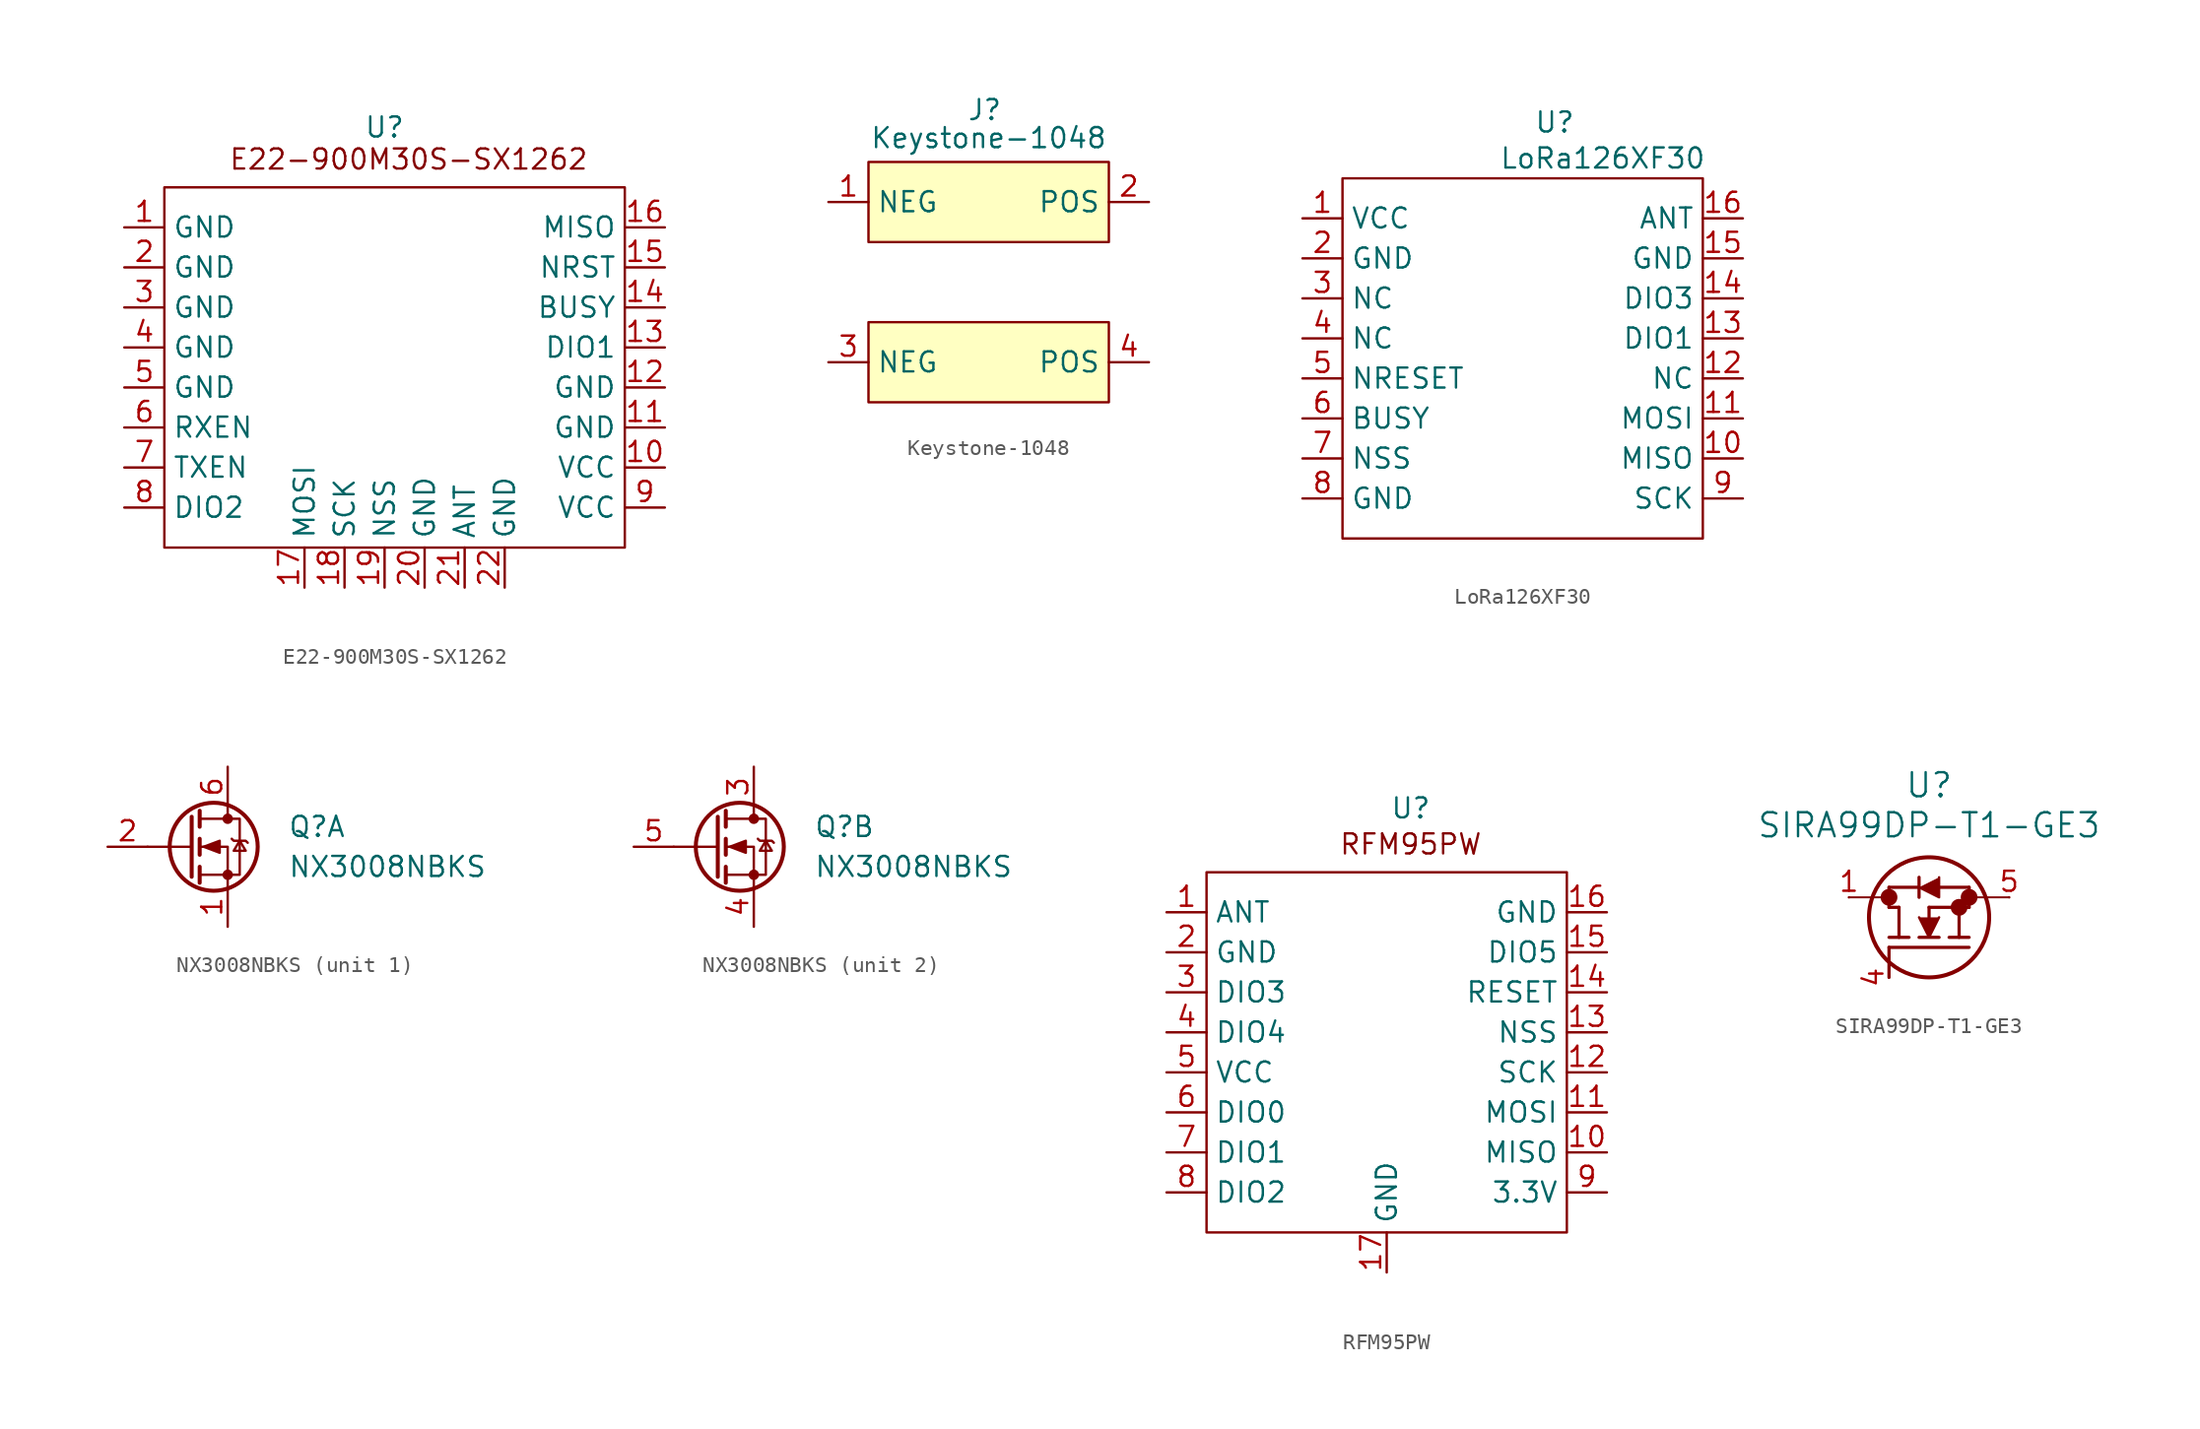
<source format=kicad_sym>
(kicad_symbol_lib
  (version 20231120)
  (generator "kicad_symbol_editor")
  (generator_version "8.0")
  (symbol "E22-900M30S-SX1262"
    (property "Reference" "U"
      (at 0 0 0)
      (effects (font (size 1.27 1.27))))
    (property "Value" ""
      (at 0 0 0)
      (effects (font (size 1.27 1.27))))
    (symbol "E22-900M30S-SX1262_0_1"
      (rectangle (start -13.97 -3.81) (end 15.24 -26.67) (stroke (width 0) (type default)) (fill (type none))))
    (symbol "E22-900M30S-SX1262_1_1"
      (text "E22-900M30S-SX1262" (at 1.524 -2.032 0) (effects (font (size 1.27 1.27))))
      (pin passive line (at -16.51 -6.35 0) (length 2.54) (name "GND" (effects (font (size 1.27 1.27)))) (number "1" (effects (font (size 1.27 1.27)))))
      (pin passive line (at 17.78 -21.59 180) (length 2.54) (name "VCC" (effects (font (size 1.27 1.27)))) (number "10" (effects (font (size 1.27 1.27)))))
      (pin passive line (at 17.78 -19.05 180) (length 2.54) (name "GND" (effects (font (size 1.27 1.27)))) (number "11" (effects (font (size 1.27 1.27)))))
      (pin passive line (at 17.78 -16.51 180) (length 2.54) (name "GND" (effects (font (size 1.27 1.27)))) (number "12" (effects (font (size 1.27 1.27)))))
      (pin passive line (at 17.78 -13.97 180) (length 2.54) (name "DIO1" (effects (font (size 1.27 1.27)))) (number "13" (effects (font (size 1.27 1.27)))))
      (pin passive line (at 17.78 -11.43 180) (length 2.54) (name "BUSY" (effects (font (size 1.27 1.27)))) (number "14" (effects (font (size 1.27 1.27)))))
      (pin passive line (at 17.78 -8.89 180) (length 2.54) (name "NRST" (effects (font (size 1.27 1.27)))) (number "15" (effects (font (size 1.27 1.27)))))
      (pin passive line (at 17.78 -6.35 180) (length 2.54) (name "MISO" (effects (font (size 1.27 1.27)))) (number "16" (effects (font (size 1.27 1.27)))))
      (pin passive line (at -5.08 -29.21 90) (length 2.54) (name "MOSI" (effects (font (size 1.27 1.27)))) (number "17" (effects (font (size 1.27 1.27)))))
      (pin passive line (at -2.54 -29.21 90) (length 2.54) (name "SCK" (effects (font (size 1.27 1.27)))) (number "18" (effects (font (size 1.27 1.27)))))
      (pin passive line (at 0 -29.21 90) (length 2.54) (name "NSS" (effects (font (size 1.27 1.27)))) (number "19" (effects (font (size 1.27 1.27)))))
      (pin passive line (at -16.51 -8.89 0) (length 2.54) (name "GND" (effects (font (size 1.27 1.27)))) (number "2" (effects (font (size 1.27 1.27)))))
      (pin passive line (at 2.54 -29.21 90) (length 2.54) (name "GND" (effects (font (size 1.27 1.27)))) (number "20" (effects (font (size 1.27 1.27)))))
      (pin passive line (at 5.08 -29.21 90) (length 2.54) (name "ANT" (effects (font (size 1.27 1.27)))) (number "21" (effects (font (size 1.27 1.27)))))
      (pin passive line (at 7.62 -29.21 90) (length 2.54) (name "GND" (effects (font (size 1.27 1.27)))) (number "22" (effects (font (size 1.27 1.27)))))
      (pin passive line (at -16.51 -11.43 0) (length 2.54) (name "GND" (effects (font (size 1.27 1.27)))) (number "3" (effects (font (size 1.27 1.27)))))
      (pin passive line (at -16.51 -13.97 0) (length 2.54) (name "GND" (effects (font (size 1.27 1.27)))) (number "4" (effects (font (size 1.27 1.27)))))
      (pin passive line (at -16.51 -16.51 0) (length 2.54) (name "GND" (effects (font (size 1.27 1.27)))) (number "5" (effects (font (size 1.27 1.27)))))
      (pin passive line (at -16.51 -19.05 0) (length 2.54) (name "RXEN" (effects (font (size 1.27 1.27)))) (number "6" (effects (font (size 1.27 1.27)))))
      (pin passive line (at -16.51 -21.59 0) (length 2.54) (name "TXEN" (effects (font (size 1.27 1.27)))) (number "7" (effects (font (size 1.27 1.27)))))
      (pin passive line (at -16.51 -24.13 0) (length 2.54) (name "DIO2" (effects (font (size 1.27 1.27)))) (number "8" (effects (font (size 1.27 1.27)))))
      (pin passive line (at 17.78 -24.13 180) (length 2.54) (name "VCC" (effects (font (size 1.27 1.27)))) (number "9" (effects (font (size 1.27 1.27)))))))
  (symbol "Keystone-1048"
    (property "Reference" "J"
      (at -0.254 10.922 0)
      (effects (font (size 1.27 1.27))))
    (property "Value" "Keystone-1048"
      (at 0 9.144 0)
      (effects (font (size 1.27 1.27))))
    (symbol "Keystone-1048_1_1"
      (rectangle (start -7.62 -2.54) (end 7.62 -7.62) (stroke (width 0) (type default)) (fill (type background)))
      (rectangle (start -7.62 7.62) (end 7.62 2.54) (stroke (width 0) (type default)) (fill (type background)))
      (pin power_in line (at -10.16 5.08 0) (length 2.54) (name "NEG" (effects (font (size 1.27 1.27)))) (number "1" (effects (font (size 1.27 1.27)))))
      (pin power_out line (at 10.16 5.08 180) (length 2.54) (name "POS" (effects (font (size 1.27 1.27)))) (number "2" (effects (font (size 1.27 1.27)))))
      (pin power_in line (at -10.16 -5.08 0) (length 2.54) (name "NEG" (effects (font (size 1.27 1.27)))) (number "3" (effects (font (size 1.27 1.27)))))
      (pin power_out line (at 10.16 -5.08 180) (length 2.54) (name "POS" (effects (font (size 1.27 1.27)))) (number "4" (effects (font (size 1.27 1.27)))))))
  (symbol "LoRa126XF30"
    (property "Reference" "U"
      (at 2.032 14.986 0)
      (effects (font (size 1.27 1.27))))
    (property "Value" "LoRa126XF30"
      (at 5.08 12.7 0)
      (effects (font (size 1.27 1.27))))
    (symbol "LoRa126XF30_0_1"
      (rectangle (start -11.43 11.43) (end 11.43 -11.43) (stroke (width 0) (type default)) (fill (type none))))
    (symbol "LoRa126XF30_1_1"
      (pin passive line (at -13.97 8.89 0) (length 2.54) (name "VCC" (effects (font (size 1.27 1.27)))) (number "1" (effects (font (size 1.27 1.27)))))
      (pin passive line (at 13.97 -6.35 180) (length 2.54) (name "MISO" (effects (font (size 1.27 1.27)))) (number "10" (effects (font (size 1.27 1.27)))))
      (pin passive line (at 13.97 -3.81 180) (length 2.54) (name "MOSI" (effects (font (size 1.27 1.27)))) (number "11" (effects (font (size 1.27 1.27)))))
      (pin passive line (at 13.97 -1.27 180) (length 2.54) (name "NC" (effects (font (size 1.27 1.27)))) (number "12" (effects (font (size 1.27 1.27)))))
      (pin passive line (at 13.97 1.27 180) (length 2.54) (name "DIO1" (effects (font (size 1.27 1.27)))) (number "13" (effects (font (size 1.27 1.27)))))
      (pin passive line (at 13.97 3.81 180) (length 2.54) (name "DIO3" (effects (font (size 1.27 1.27)))) (number "14" (effects (font (size 1.27 1.27)))))
      (pin passive line (at 13.97 6.35 180) (length 2.54) (name "GND" (effects (font (size 1.27 1.27)))) (number "15" (effects (font (size 1.27 1.27)))))
      (pin passive line (at 13.97 8.89 180) (length 2.54) (name "ANT" (effects (font (size 1.27 1.27)))) (number "16" (effects (font (size 1.27 1.27)))))
      (pin passive line (at -13.97 6.35 0) (length 2.54) (name "GND" (effects (font (size 1.27 1.27)))) (number "2" (effects (font (size 1.27 1.27)))))
      (pin passive line (at -13.97 3.81 0) (length 2.54) (name "NC" (effects (font (size 1.27 1.27)))) (number "3" (effects (font (size 1.27 1.27)))))
      (pin passive line (at -13.97 1.27 0) (length 2.54) (name "NC" (effects (font (size 1.27 1.27)))) (number "4" (effects (font (size 1.27 1.27)))))
      (pin passive line (at -13.97 -1.27 0) (length 2.54) (name "NRESET" (effects (font (size 1.27 1.27)))) (number "5" (effects (font (size 1.27 1.27)))))
      (pin passive line (at -13.97 -3.81 0) (length 2.54) (name "BUSY" (effects (font (size 1.27 1.27)))) (number "6" (effects (font (size 1.27 1.27)))))
      (pin passive line (at -13.97 -6.35 0) (length 2.54) (name "NSS" (effects (font (size 1.27 1.27)))) (number "7" (effects (font (size 1.27 1.27)))))
      (pin passive line (at -13.97 -8.89 0) (length 2.54) (name "GND" (effects (font (size 1.27 1.27)))) (number "8" (effects (font (size 1.27 1.27)))))
      (pin passive line (at 13.97 -8.89 180) (length 2.54) (name "SCK" (effects (font (size 1.27 1.27)))) (number "9" (effects (font (size 1.27 1.27)))))))
  (symbol "NX3008NBKS"
    (pin_names
      (offset 0.762) hide)
    (property "Reference" "Q"
      (at 5.08 1.27 0)
      (effects (font (size 1.27 1.27)) (justify left)))
    (property "Value" "NX3008NBKS"
      (at 5.08 -1.27 0)
      (effects (font (size 1.27 1.27)) (justify left)))
    (property "ki_locked" ""
      (at 0 0 0)
      (effects (font (size 1.27 1.27))))
    (symbol "NX3008NBKS_1_1"
      (polyline (pts (xy -1.016 0) (xy -3.81 0)) (stroke (width 0) (type default)) (fill (type none)))
      (polyline (pts (xy -1.016 1.905) (xy -1.016 -1.905)) (stroke (width 0.254) (type default)) (fill (type none)))
      (polyline (pts (xy -0.508 -1.27) (xy -0.508 -2.286)) (stroke (width 0.254) (type default)) (fill (type none)))
      (polyline (pts (xy -0.508 0.508) (xy -0.508 -0.508)) (stroke (width 0.254) (type default)) (fill (type none)))
      (polyline (pts (xy -0.508 2.286) (xy -0.508 1.27)) (stroke (width 0.254) (type default)) (fill (type none)))
      (polyline (pts (xy 1.27 2.54) (xy 1.27 1.778)) (stroke (width 0) (type default)) (fill (type none)))
      (polyline (pts (xy 1.27 -2.54) (xy 1.27 0) (xy -0.508 0)) (stroke (width 0) (type default)) (fill (type none)))
      (polyline (pts (xy -0.508 -1.778) (xy 2.032 -1.778) (xy 2.032 1.778) (xy -0.508 1.778)) (stroke (width 0) (type default)) (fill (type none)))
      (polyline (pts (xy -0.254 0) (xy 0.762 0.381) (xy 0.762 -0.381) (xy -0.254 0)) (stroke (width 0) (type default)) (fill (type outline)))
      (polyline (pts (xy 1.524 0.508) (xy 1.651 0.381) (xy 2.413 0.381) (xy 2.54 0.254)) (stroke (width 0) (type default)) (fill (type none)))
      (polyline (pts (xy 2.032 0.381) (xy 1.651 -0.254) (xy 2.413 -0.254) (xy 2.032 0.381)) (stroke (width 0) (type default)) (fill (type none)))
      (circle (center 0.381 0) (radius 2.794) (stroke (width 0.254) (type default)) (fill (type none)))
      (circle (center 1.27 -1.778) (radius 0.254) (stroke (width 0) (type default)) (fill (type outline)))
      (circle (center 1.27 1.778) (radius 0.254) (stroke (width 0) (type default)) (fill (type outline)))
      (pin passive line (at 1.27 -5.08 90) (length 2.54) (name "S2" (effects (font (size 1.27 1.27)))) (number "1" (effects (font (size 1.27 1.27)))))
      (pin input line (at -6.35 0 0) (length 2.54) (name "G2" (effects (font (size 1.27 1.27)))) (number "2" (effects (font (size 1.27 1.27)))))
      (pin passive line (at 1.27 5.08 270) (length 2.54) (name "D1" (effects (font (size 1.27 1.27)))) (number "6" (effects (font (size 1.27 1.27))))))
    (symbol "NX3008NBKS_2_1"
      (polyline (pts (xy -1.016 0) (xy -3.81 0)) (stroke (width 0) (type default)) (fill (type none)))
      (polyline (pts (xy -1.016 1.905) (xy -1.016 -1.905)) (stroke (width 0.254) (type default)) (fill (type none)))
      (polyline (pts (xy -0.508 -1.27) (xy -0.508 -2.286)) (stroke (width 0.254) (type default)) (fill (type none)))
      (polyline (pts (xy -0.508 0.508) (xy -0.508 -0.508)) (stroke (width 0.254) (type default)) (fill (type none)))
      (polyline (pts (xy -0.508 2.286) (xy -0.508 1.27)) (stroke (width 0.254) (type default)) (fill (type none)))
      (polyline (pts (xy 1.27 2.54) (xy 1.27 1.778)) (stroke (width 0) (type default)) (fill (type none)))
      (polyline (pts (xy 1.27 -2.54) (xy 1.27 0) (xy -0.508 0)) (stroke (width 0) (type default)) (fill (type none)))
      (polyline (pts (xy -0.508 -1.778) (xy 2.032 -1.778) (xy 2.032 1.778) (xy -0.508 1.778)) (stroke (width 0) (type default)) (fill (type none)))
      (polyline (pts (xy -0.254 0) (xy 0.762 0.381) (xy 0.762 -0.381) (xy -0.254 0)) (stroke (width 0) (type default)) (fill (type outline)))
      (polyline (pts (xy 1.524 0.508) (xy 1.651 0.381) (xy 2.413 0.381) (xy 2.54 0.254)) (stroke (width 0) (type default)) (fill (type none)))
      (polyline (pts (xy 2.032 0.381) (xy 1.651 -0.254) (xy 2.413 -0.254) (xy 2.032 0.381)) (stroke (width 0) (type default)) (fill (type none)))
      (circle (center 0.381 0) (radius 2.794) (stroke (width 0.254) (type default)) (fill (type none)))
      (circle (center 1.27 -1.778) (radius 0.254) (stroke (width 0) (type default)) (fill (type outline)))
      (circle (center 1.27 1.778) (radius 0.254) (stroke (width 0) (type default)) (fill (type outline)))
      (pin passive line (at 1.27 5.08 270) (length 2.54) (name "D2" (effects (font (size 1.27 1.27)))) (number "3" (effects (font (size 1.27 1.27)))))
      (pin passive line (at 1.27 -5.08 90) (length 2.54) (name "S1" (effects (font (size 1.27 1.27)))) (number "4" (effects (font (size 1.27 1.27)))))
      (pin input line (at -6.35 0 0) (length 2.54) (name "G1" (effects (font (size 1.27 1.27)))) (number "5" (effects (font (size 1.27 1.27)))))))
  (symbol "RFM95PW"
    (property "Reference" "U"
      (at 2.794 0.254 0)
      (effects (font (size 1.27 1.27))))
    (property "Value" ""
      (at 0 0 0)
      (effects (font (size 1.27 1.27))))
    (symbol "RFM95PW_0_1"
      (rectangle (start -10.16 -3.81) (end 12.7 -26.67) (stroke (width 0) (type default)) (fill (type none))))
    (symbol "RFM95PW_1_1"
      (text "RFM95PW" (at 2.794 -2.032 0) (effects (font (size 1.27 1.27))))
      (pin passive line (at -12.7 -6.35 0) (length 2.54) (name "ANT" (effects (font (size 1.27 1.27)))) (number "1" (effects (font (size 1.27 1.27)))))
      (pin passive line (at 15.24 -21.59 180) (length 2.54) (name "MISO" (effects (font (size 1.27 1.27)))) (number "10" (effects (font (size 1.27 1.27)))))
      (pin passive line (at 15.24 -19.05 180) (length 2.54) (name "MOSI" (effects (font (size 1.27 1.27)))) (number "11" (effects (font (size 1.27 1.27)))))
      (pin passive line (at 15.24 -16.51 180) (length 2.54) (name "SCK" (effects (font (size 1.27 1.27)))) (number "12" (effects (font (size 1.27 1.27)))))
      (pin passive line (at 15.24 -13.97 180) (length 2.54) (name "NSS" (effects (font (size 1.27 1.27)))) (number "13" (effects (font (size 1.27 1.27)))))
      (pin passive line (at 15.24 -11.43 180) (length 2.54) (name "RESET" (effects (font (size 1.27 1.27)))) (number "14" (effects (font (size 1.27 1.27)))))
      (pin passive line (at 15.24 -8.89 180) (length 2.54) (name "DIO5" (effects (font (size 1.27 1.27)))) (number "15" (effects (font (size 1.27 1.27)))))
      (pin passive line (at 15.24 -6.35 180) (length 2.54) (name "GND" (effects (font (size 1.27 1.27)))) (number "16" (effects (font (size 1.27 1.27)))))
      (pin passive line (at 1.27 -29.21 90) (length 2.54) (name "GND" (effects (font (size 1.27 1.27)))) (number "17" (effects (font (size 1.27 1.27)))))
      (pin passive line (at -12.7 -8.89 0) (length 2.54) (name "GND" (effects (font (size 1.27 1.27)))) (number "2" (effects (font (size 1.27 1.27)))))
      (pin passive line (at -12.7 -11.43 0) (length 2.54) (name "DIO3" (effects (font (size 1.27 1.27)))) (number "3" (effects (font (size 1.27 1.27)))))
      (pin passive line (at -12.7 -13.97 0) (length 2.54) (name "DIO4" (effects (font (size 1.27 1.27)))) (number "4" (effects (font (size 1.27 1.27)))))
      (pin passive line (at -12.7 -16.51 0) (length 2.54) (name "VCC" (effects (font (size 1.27 1.27)))) (number "5" (effects (font (size 1.27 1.27)))))
      (pin passive line (at -12.7 -19.05 0) (length 2.54) (name "DIO0" (effects (font (size 1.27 1.27)))) (number "6" (effects (font (size 1.27 1.27)))))
      (pin passive line (at -12.7 -21.59 0) (length 2.54) (name "DIO1" (effects (font (size 1.27 1.27)))) (number "7" (effects (font (size 1.27 1.27)))))
      (pin passive line (at -12.7 -24.13 0) (length 2.54) (name "DIO2" (effects (font (size 1.27 1.27)))) (number "8" (effects (font (size 1.27 1.27)))))
      (pin passive line (at 15.24 -24.13 180) (length 2.54) (name "3.3V" (effects (font (size 1.27 1.27)))) (number "9" (effects (font (size 1.27 1.27)))))))
  (symbol "SIRA99DP-T1-GE3"
    (pin_names
      (offset 0.254))
    (property "Reference" "U"
      (at 0 7.112 0)
      (effects (font (size 1.524 1.524))))
    (property "Value" "SIRA99DP-T1-GE3"
      (at 0 4.572 0)
      (effects (font (size 1.524 1.524))))
    (property "ki_locked" ""
      (at 0 0 0)
      (effects (font (size 1.27 1.27))))
    (symbol "SIRA99DP-T1-GE3_0_1"
      (circle (center -2.54 0) (radius 0.025) (stroke (width 0.508) (type default)) (fill (type none)))
      (circle (center 0 -1.27) (radius 3.81) (stroke (width 0.254) (type default)) (fill (type none)))
      (polyline (pts (xy -5.08 0) (xy -2.54 0)) (stroke (width 0.127) (type default)) (fill (type none)))
      (polyline (pts (xy -2.54 -5.08) (xy -2.54 -3.175)) (stroke (width 0.203) (type default)) (fill (type none)))
      (polyline (pts (xy -2.54 -0.635) (xy -2.54 0.635)) (stroke (width 0.203) (type default)) (fill (type none)))
      (polyline (pts (xy -1.905 -2.54) (xy -1.905 -0.635)) (stroke (width 0.203) (type default)) (fill (type none)))
      (polyline (pts (xy -1.905 -0.635) (xy -2.54 -0.635)) (stroke (width 0.203) (type default)) (fill (type none)))
      (polyline (pts (xy -1.27 -2.54) (xy -2.54 -2.54)) (stroke (width 0.203) (type default)) (fill (type none)))
      (polyline (pts (xy -0.635 0.635) (xy -2.54 0.635)) (stroke (width 0.203) (type default)) (fill (type none)))
      (polyline (pts (xy -0.635 1.27) (xy -0.635 0)) (stroke (width 0.203) (type default)) (fill (type none)))
      (polyline (pts (xy 0 -1.27) (xy 0 -0.635)) (stroke (width 0.203) (type default)) (fill (type none)))
      (polyline (pts (xy 0.635 -2.54) (xy -0.635 -2.54)) (stroke (width 0.203) (type default)) (fill (type none)))
      (polyline (pts (xy 1.905 -2.54) (xy 1.905 -0.635)) (stroke (width 0.203) (type default)) (fill (type none)))
      (polyline (pts (xy 2.54 -3.175) (xy -2.54 -3.175)) (stroke (width 0.203) (type default)) (fill (type none)))
      (polyline (pts (xy 2.54 -2.54) (xy 1.27 -2.54)) (stroke (width 0.203) (type default)) (fill (type none)))
      (polyline (pts (xy 2.54 -0.635) (xy 0 -0.635)) (stroke (width 0.203) (type default)) (fill (type none)))
      (polyline (pts (xy 2.54 -0.635) (xy 2.54 0.635)) (stroke (width 0.203) (type default)) (fill (type none)))
      (polyline (pts (xy 2.54 0.635) (xy 0.635 0.635)) (stroke (width 0.203) (type default)) (fill (type none)))
      (polyline (pts (xy 5.08 0) (xy 2.54 0)) (stroke (width 0.127) (type default)) (fill (type none)))
      (polyline (pts (xy -0.635 -1.27) (xy 0 -2.54) (xy 0.635 -1.27)) (stroke (width 0) (type default)) (fill (type outline)))
      (polyline (pts (xy 0.635 1.27) (xy 0.635 0) (xy -0.635 0.635)) (stroke (width 0) (type default)) (fill (type outline)))
      (circle (center 1.905 -0.635) (radius 0.025) (stroke (width 0.508) (type default)) (fill (type none)))
      (circle (center 2.54 0) (radius 0.025) (stroke (width 0.508) (type default)) (fill (type none))))
    (symbol "SIRA99DP-T1-GE3_1_1"
      (pin unspecified line (at -5.08 0 0) (length 0) (name "" (effects (font (size 1.27 1.27)))) (number "1" (effects (font (size 1.27 1.27)))))
      (pin unspecified line (at -5.08 0 0) (length 0) hide (name "" (effects (font (size 1.27 1.27)))) (number "2" (effects (font (size 1.27 1.27)))))
      (pin unspecified line (at -5.08 0 0) (length 0) hide (name "" (effects (font (size 1.27 1.27)))) (number "3" (effects (font (size 1.27 1.27)))))
      (pin unspecified line (at -2.54 -5.08 90) (length 0) (name "" (effects (font (size 1.27 1.27)))) (number "4" (effects (font (size 1.27 1.27)))))
      (pin unspecified line (at 5.08 0 180) (length 0) (name "" (effects (font (size 1.27 1.27)))) (number "5" (effects (font (size 1.27 1.27)))))
      (pin unspecified line (at 5.08 0 180) (length 0) hide (name "" (effects (font (size 1.27 1.27)))) (number "6" (effects (font (size 1.27 1.27)))))
      (pin unspecified line (at 5.08 0 180) (length 0) hide (name "" (effects (font (size 1.27 1.27)))) (number "7" (effects (font (size 1.27 1.27)))))
      (pin unspecified line (at 5.08 0 180) (length 0) hide (name "" (effects (font (size 1.27 1.27)))) (number "8" (effects (font (size 1.27 1.27))))))))
</source>
